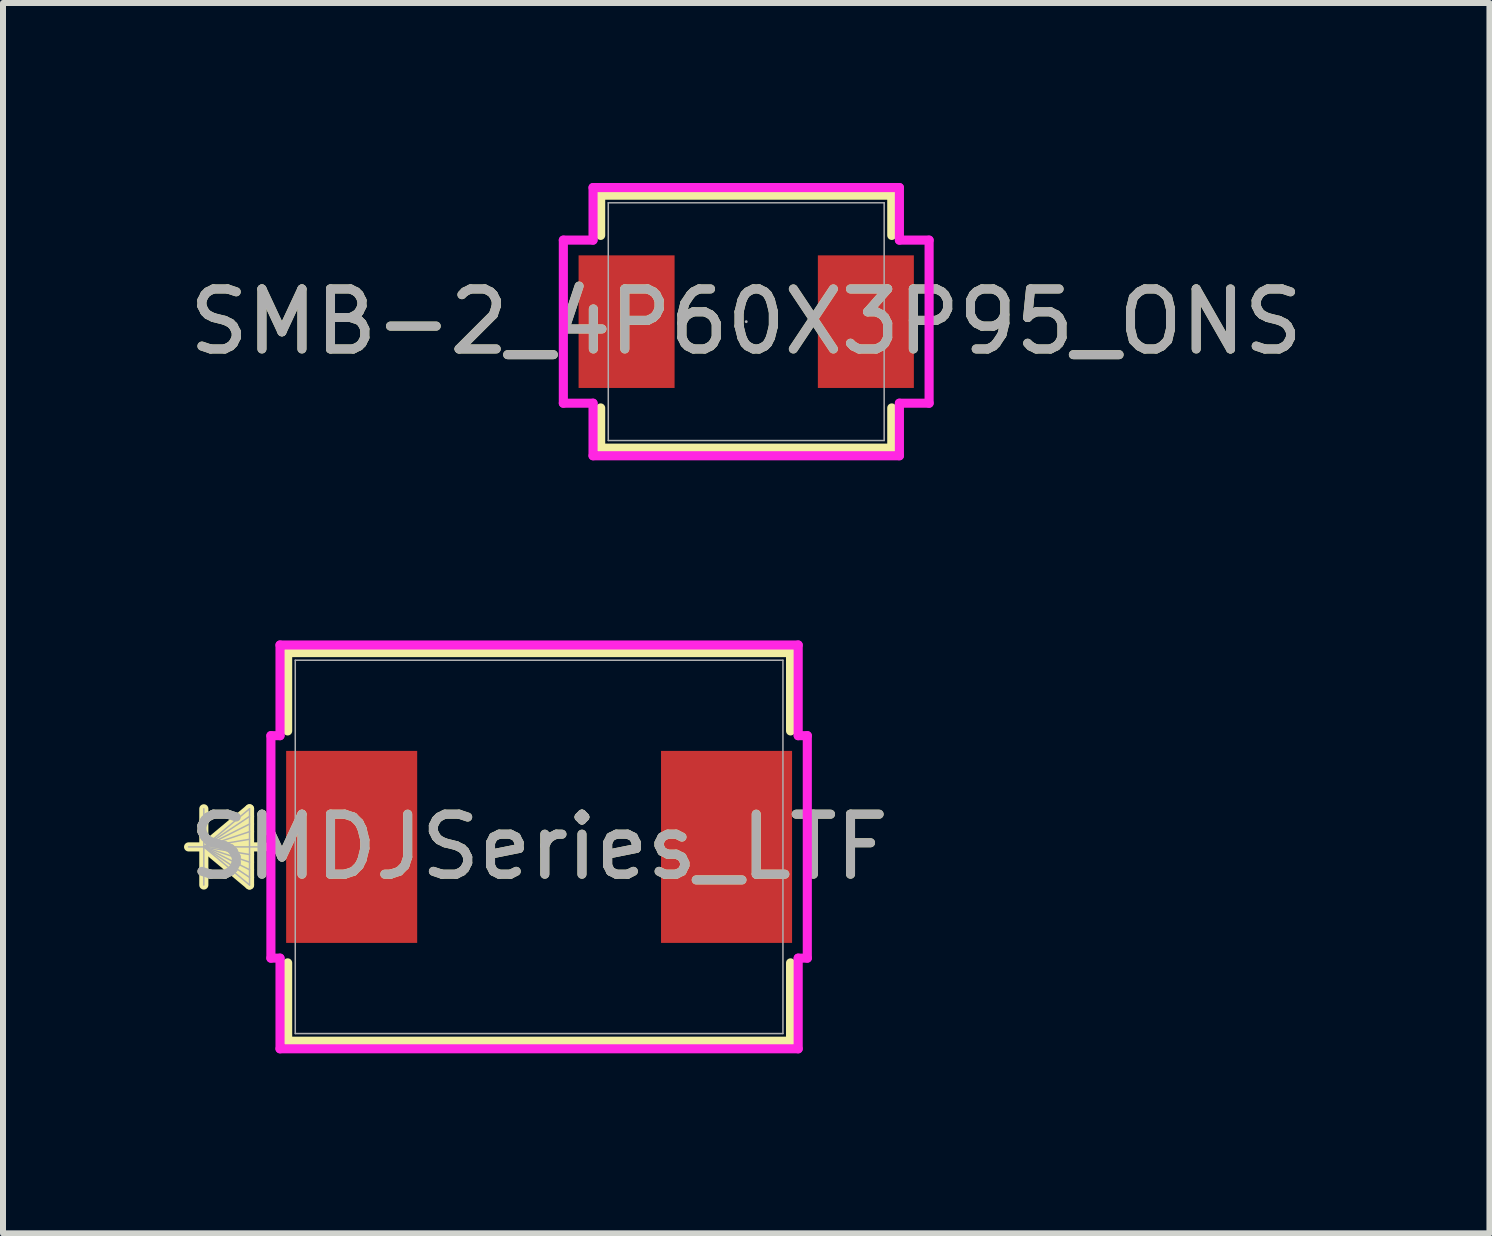
<source format=kicad_pcb>
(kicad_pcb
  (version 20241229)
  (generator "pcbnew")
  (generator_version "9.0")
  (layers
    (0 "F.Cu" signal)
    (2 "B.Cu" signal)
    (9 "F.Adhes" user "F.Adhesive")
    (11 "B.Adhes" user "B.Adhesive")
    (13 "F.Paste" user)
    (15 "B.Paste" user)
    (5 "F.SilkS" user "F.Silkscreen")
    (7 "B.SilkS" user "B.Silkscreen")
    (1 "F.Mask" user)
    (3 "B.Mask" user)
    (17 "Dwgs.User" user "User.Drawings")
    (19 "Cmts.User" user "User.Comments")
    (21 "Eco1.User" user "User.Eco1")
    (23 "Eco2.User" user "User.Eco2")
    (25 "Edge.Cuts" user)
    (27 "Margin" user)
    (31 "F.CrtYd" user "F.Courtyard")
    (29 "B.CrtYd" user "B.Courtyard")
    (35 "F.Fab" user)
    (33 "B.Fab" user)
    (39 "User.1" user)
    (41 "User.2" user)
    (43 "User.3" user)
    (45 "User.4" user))
  (footprint "SMDJSeries_LTF"
    (layer "F.Cu")
    (at 5.935 11.065)
    (property "Reference" "SMDJSeries_LTF" (at 0 0 0) (unlocked yes) (layer "F.SilkS") (effects (font (size 1 1) (thickness 0.15))))
    (attr smd)
    (fp_line (start -5.588 -0.635) (end -5.588 0.635) (stroke (width 0.152) (type solid)) (layer "F.SilkS"))
    (fp_line (start -5.588 0) (end -4.826 -0.635) (stroke (width 0.152) (type solid)) (layer "F.SilkS"))
    (fp_line (start -5.588 0) (end -4.826 -0.508) (stroke (width 0.152) (type solid)) (layer "F.SilkS"))
    (fp_line (start -5.588 0) (end -4.826 -0.381) (stroke (width 0.152) (type solid)) (layer "F.SilkS"))
    (fp_line (start -5.588 0) (end -4.826 -0.254) (stroke (width 0.152) (type solid)) (layer "F.SilkS"))
    (fp_line (start -5.588 0) (end -4.826 -0.127) (stroke (width 0.152) (type solid)) (layer "F.SilkS"))
    (fp_line (start -5.588 0) (end -4.826 0.127) (stroke (width 0.152) (type solid)) (layer "F.SilkS"))
    (fp_line (start -5.588 0) (end -4.826 0.254) (stroke (width 0.152) (type solid)) (layer "F.SilkS"))
    (fp_line (start -5.588 0) (end -4.826 0.381) (stroke (width 0.152) (type solid)) (layer "F.SilkS"))
    (fp_line (start -5.588 0) (end -4.826 0.508) (stroke (width 0.152) (type solid)) (layer "F.SilkS"))
    (fp_line (start -5.588 0) (end -4.826 0.635) (stroke (width 0.152) (type solid)) (layer "F.SilkS"))
    (fp_line (start -4.826 -0.635) (end -4.826 0.635) (stroke (width 0.152) (type solid)) (layer "F.SilkS"))
    (fp_line (start -4.572 0) (end -5.842 0) (stroke (width 0.152) (type solid)) (layer "F.SilkS"))
    (fp_line (start -4.191 -3.239) (end -4.191 -1.933) (stroke (width 0.152) (type solid)) (layer "F.SilkS"))
    (fp_line (start -4.191 1.933) (end -4.191 3.239) (stroke (width 0.152) (type solid)) (layer "F.SilkS"))
    (fp_line (start -4.191 3.239) (end 4.191 3.239) (stroke (width 0.152) (type solid)) (layer "F.SilkS"))
    (fp_line (start 4.191 -3.239) (end -4.191 -3.239) (stroke (width 0.152) (type solid)) (layer "F.SilkS"))
    (fp_line (start 4.191 -1.933) (end 4.191 -3.239) (stroke (width 0.152) (type solid)) (layer "F.SilkS"))
    (fp_line (start 4.191 3.239) (end 4.191 1.933) (stroke (width 0.152) (type solid)) (layer "F.SilkS"))
    (fp_line (start -4.47 -1.854) (end -4.318 -1.854) (stroke (width 0.152) (type solid)) (layer "F.CrtYd"))
    (fp_line (start -4.47 1.854) (end -4.47 -1.854) (stroke (width 0.152) (type solid)) (layer "F.CrtYd"))
    (fp_line (start -4.318 -3.365) (end 4.318 -3.365) (stroke (width 0.152) (type solid)) (layer "F.CrtYd"))
    (fp_line (start -4.318 -1.854) (end -4.318 -3.365) (stroke (width 0.152) (type solid)) (layer "F.CrtYd"))
    (fp_line (start -4.318 1.854) (end -4.47 1.854) (stroke (width 0.152) (type solid)) (layer "F.CrtYd"))
    (fp_line (start -4.318 3.365) (end -4.318 1.854) (stroke (width 0.152) (type solid)) (layer "F.CrtYd"))
    (fp_line (start 4.318 -3.365) (end 4.318 -1.854) (stroke (width 0.152) (type solid)) (layer "F.CrtYd"))
    (fp_line (start 4.318 -1.854) (end 4.47 -1.854) (stroke (width 0.152) (type solid)) (layer "F.CrtYd"))
    (fp_line (start 4.318 1.854) (end 4.318 3.365) (stroke (width 0.152) (type solid)) (layer "F.CrtYd"))
    (fp_line (start 4.318 3.365) (end -4.318 3.365) (stroke (width 0.152) (type solid)) (layer "F.CrtYd"))
    (fp_line (start 4.47 -1.854) (end 4.47 1.854) (stroke (width 0.152) (type solid)) (layer "F.CrtYd"))
    (fp_line (start 4.47 1.854) (end 4.318 1.854) (stroke (width 0.152) (type solid)) (layer "F.CrtYd"))
    (fp_line (start -5.588 -0.635) (end -5.588 0.635) (stroke (width 0.025) (type solid)) (layer "F.Fab"))
    (fp_line (start -5.588 0) (end -4.826 -0.635) (stroke (width 0.025) (type solid)) (layer "F.Fab"))
    (fp_line (start -5.588 0) (end -4.826 -0.508) (stroke (width 0.025) (type solid)) (layer "F.Fab"))
    (fp_line (start -5.588 0) (end -4.826 -0.381) (stroke (width 0.025) (type solid)) (layer "F.Fab"))
    (fp_line (start -5.588 0) (end -4.826 -0.254) (stroke (width 0.025) (type solid)) (layer "F.Fab"))
    (fp_line (start -5.588 0) (end -4.826 -0.127) (stroke (width 0.025) (type solid)) (layer "F.Fab"))
    (fp_line (start -5.588 0) (end -4.826 0.127) (stroke (width 0.025) (type solid)) (layer "F.Fab"))
    (fp_line (start -5.588 0) (end -4.826 0.254) (stroke (width 0.025) (type solid)) (layer "F.Fab"))
    (fp_line (start -5.588 0) (end -4.826 0.381) (stroke (width 0.025) (type solid)) (layer "F.Fab"))
    (fp_line (start -5.588 0) (end -4.826 0.508) (stroke (width 0.025) (type solid)) (layer "F.Fab"))
    (fp_line (start -5.588 0) (end -4.826 0.635) (stroke (width 0.025) (type solid)) (layer "F.Fab"))
    (fp_line (start -4.826 -0.635) (end -4.826 0.635) (stroke (width 0.025) (type solid)) (layer "F.Fab"))
    (fp_line (start -4.572 0) (end -5.842 0) (stroke (width 0.025) (type solid)) (layer "F.Fab"))
    (fp_line (start -4.064 -3.111) (end -4.064 3.111) (stroke (width 0.025) (type solid)) (layer "F.Fab"))
    (fp_line (start -4.064 3.111) (end 4.064 3.111) (stroke (width 0.025) (type solid)) (layer "F.Fab"))
    (fp_line (start 4.064 -3.111) (end -4.064 -3.111) (stroke (width 0.025) (type solid)) (layer "F.Fab"))
    (fp_line (start 4.064 3.111) (end 4.064 -3.111) (stroke (width 0.025) (type solid)) (layer "F.Fab"))
    (fp_text user "${REFERENCE}" (at 0 0 0) (unlocked yes) (layer "F.Fab") (effects (font (size 1 1) (thickness 0.15))))
    (pad "1" smd rect (at -3.124 0 90) (size 3.2 2.184) (layers "F.Cu" "F.Mask" "F.Paste"))
    (pad "2" smd rect (at 3.124 0 90) (size 3.2 2.184) (layers "F.Cu" "F.Mask" "F.Paste"))
    (zone (net_name "") (layer "F.Cu") (hatch full 0.508) (connect_pads) (min_thickness 0.254) (filled_areas_thickness no) (keepout (tracks not_allowed) (vias not_allowed) (pads allowed) (copperpour not_allowed) (footprints allowed)) (placement (enabled no)) (fill) (polygon (pts (xy 1.871 8.055) (xy 9.897 8.055) (xy 9.897 9.464) (xy 1.871 9.464))))
    (zone (net_name "") (layer "F.Cu") (hatch full 0.508) (connect_pads) (min_thickness 0.254) (filled_areas_thickness no) (keepout (tracks not_allowed) (vias not_allowed) (pads allowed) (copperpour not_allowed) (footprints allowed)) (placement (enabled no)) (fill) (polygon (pts (xy 1.871 12.766) (xy 9.897 12.766) (xy 9.897 14.176) (xy 1.871 14.176))))
    (zone (net_name "") (layer "F.Cu") (hatch full 0.508) (connect_pads) (min_thickness 0.254) (filled_areas_thickness no) (keepout (tracks not_allowed) (vias not_allowed) (pads allowed) (copperpour not_allowed) (footprints allowed)) (placement (enabled no)) (fill) (polygon (pts (xy 3.903 9.464) (xy 7.865 9.464) (xy 7.865 12.766) (xy 3.903 12.766)))))
  (footprint "SMB-2_4P60X3P95_ONS"
    (layer "F.Cu")
    (at 9.387 2.311)
    (property "Reference" "SMB-2_4P60X3P95_ONS" (at 0 0 0) (unlocked yes) (layer "F.SilkS") (effects (font (size 1 1) (thickness 0.15))))
    (attr smd)
    (fp_line (start -2.426 -2.108) (end -2.426 -1.438) (stroke (width 0.152) (type solid)) (layer "F.SilkS"))
    (fp_line (start -2.426 1.438) (end -2.426 2.108) (stroke (width 0.152) (type solid)) (layer "F.SilkS"))
    (fp_line (start -2.426 2.108) (end 2.426 2.108) (stroke (width 0.152) (type solid)) (layer "F.SilkS"))
    (fp_line (start 2.426 -2.108) (end -2.426 -2.108) (stroke (width 0.152) (type solid)) (layer "F.SilkS"))
    (fp_line (start 2.426 -1.438) (end 2.426 -2.108) (stroke (width 0.152) (type solid)) (layer "F.SilkS"))
    (fp_line (start 2.426 2.108) (end 2.426 1.438) (stroke (width 0.152) (type solid)) (layer "F.SilkS"))
    (fp_line (start -3.048 -1.359) (end -2.553 -1.359) (stroke (width 0.152) (type solid)) (layer "F.CrtYd"))
    (fp_line (start -3.048 1.359) (end -3.048 -1.359) (stroke (width 0.152) (type solid)) (layer "F.CrtYd"))
    (fp_line (start -3.048 1.359) (end -2.553 1.359) (stroke (width 0.152) (type solid)) (layer "F.CrtYd"))
    (fp_line (start -2.553 -2.235) (end 2.553 -2.235) (stroke (width 0.152) (type solid)) (layer "F.CrtYd"))
    (fp_line (start -2.553 -1.359) (end -2.553 -2.235) (stroke (width 0.152) (type solid)) (layer "F.CrtYd"))
    (fp_line (start -2.553 2.235) (end -2.553 1.359) (stroke (width 0.152) (type solid)) (layer "F.CrtYd"))
    (fp_line (start 2.553 -2.235) (end 2.553 -1.359) (stroke (width 0.152) (type solid)) (layer "F.CrtYd"))
    (fp_line (start 2.553 1.359) (end 2.553 2.235) (stroke (width 0.152) (type solid)) (layer "F.CrtYd"))
    (fp_line (start 2.553 2.235) (end -2.553 2.235) (stroke (width 0.152) (type solid)) (layer "F.CrtYd"))
    (fp_line (start 3.048 -1.359) (end 2.553 -1.359) (stroke (width 0.152) (type solid)) (layer "F.CrtYd"))
    (fp_line (start 3.048 -1.359) (end 3.048 1.359) (stroke (width 0.152) (type solid)) (layer "F.CrtYd"))
    (fp_line (start 3.048 1.359) (end 2.553 1.359) (stroke (width 0.152) (type solid)) (layer "F.CrtYd"))
    (fp_line (start -2.299 -1.981) (end -2.299 1.981) (stroke (width 0.025) (type solid)) (layer "F.Fab"))
    (fp_line (start -2.299 1.981) (end 2.299 1.981) (stroke (width 0.025) (type solid)) (layer "F.Fab"))
    (fp_line (start 2.299 -1.981) (end -2.299 -1.981) (stroke (width 0.025) (type solid)) (layer "F.Fab"))
    (fp_line (start 2.299 1.981) (end 2.299 -1.981) (stroke (width 0.025) (type solid)) (layer "F.Fab"))
    (fp_circle (center 0 0) (end 0 0) (stroke (width 0.025) (type solid)) (fill no) (layer "F.Fab"))
    (fp_text user "${REFERENCE}" (at 0 0 0) (unlocked yes) (layer "F.Fab") (effects (font (size 1 1) (thickness 0.15))))
    (pad "1" smd rect (at -1.994 0) (size 1.6 2.21) (layers "F.Cu" "F.Mask" "F.Paste"))
    (pad "2" smd rect (at 1.994 0) (size 1.6 2.21) (layers "F.Cu" "F.Mask" "F.Paste")))
  (gr_rect
    (start -3 -3)
    (end 21.774 17.506)
    (stroke (width 0.1) (type default))
    (fill no)
    (layer "Edge.Cuts")))
</source>
